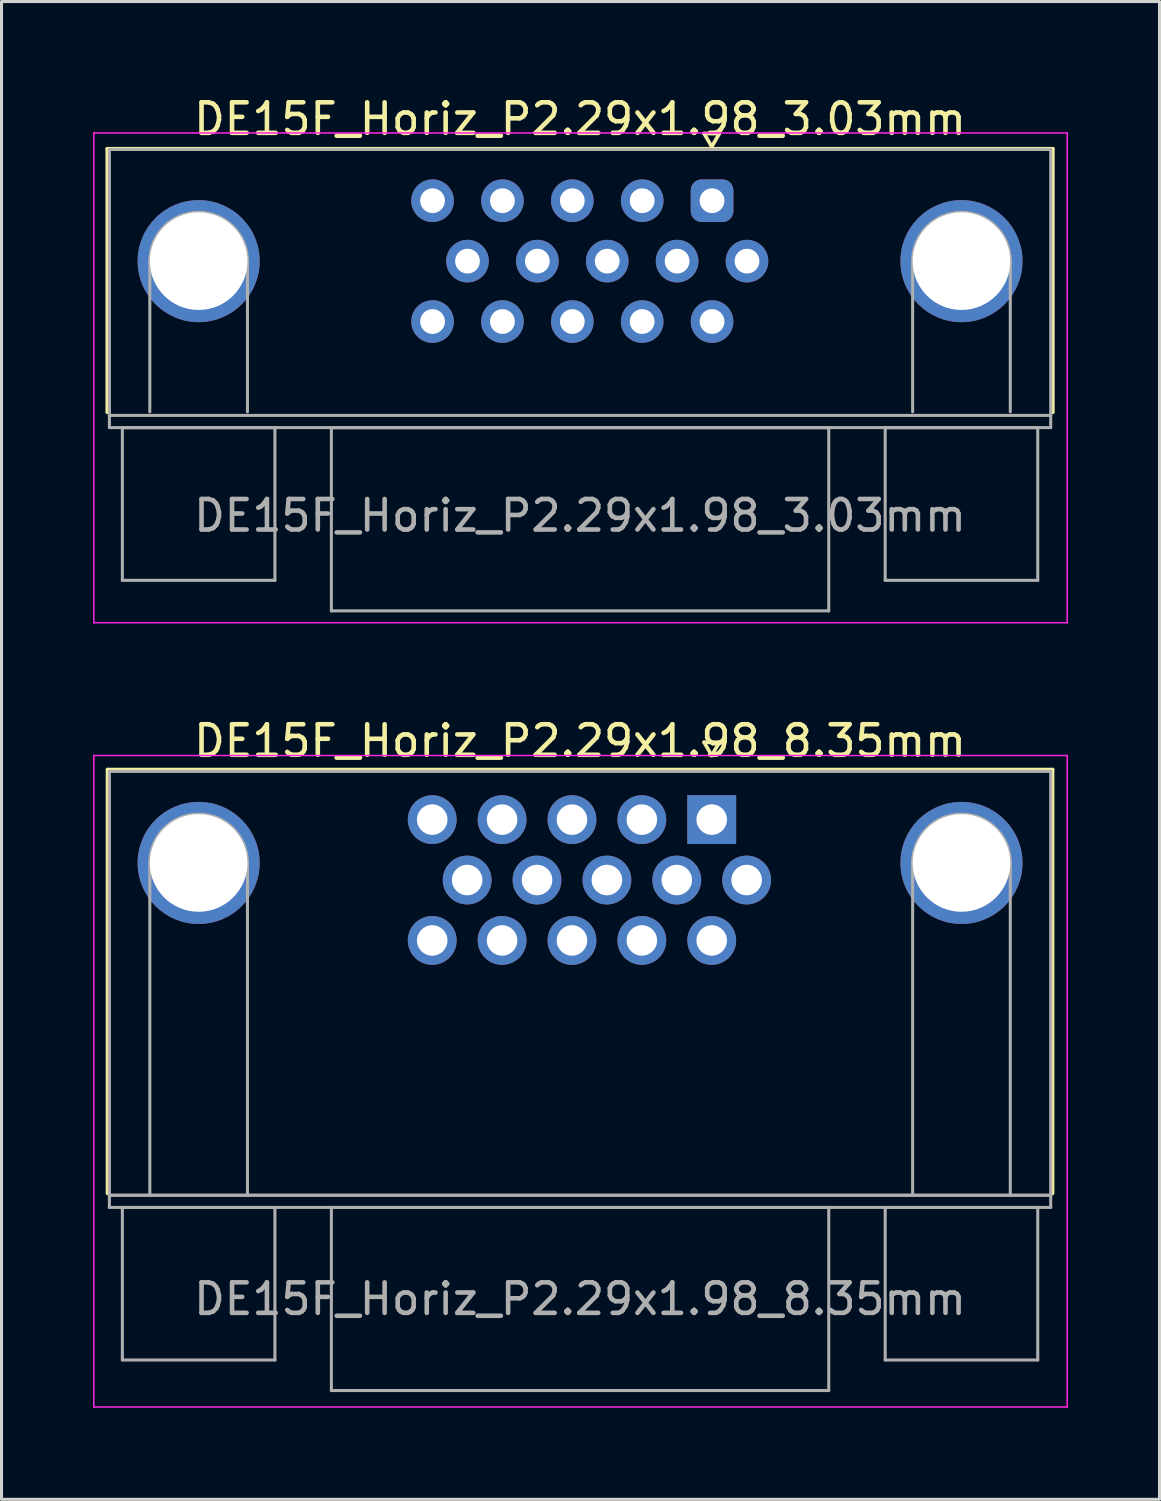
<source format=kicad_pcb>
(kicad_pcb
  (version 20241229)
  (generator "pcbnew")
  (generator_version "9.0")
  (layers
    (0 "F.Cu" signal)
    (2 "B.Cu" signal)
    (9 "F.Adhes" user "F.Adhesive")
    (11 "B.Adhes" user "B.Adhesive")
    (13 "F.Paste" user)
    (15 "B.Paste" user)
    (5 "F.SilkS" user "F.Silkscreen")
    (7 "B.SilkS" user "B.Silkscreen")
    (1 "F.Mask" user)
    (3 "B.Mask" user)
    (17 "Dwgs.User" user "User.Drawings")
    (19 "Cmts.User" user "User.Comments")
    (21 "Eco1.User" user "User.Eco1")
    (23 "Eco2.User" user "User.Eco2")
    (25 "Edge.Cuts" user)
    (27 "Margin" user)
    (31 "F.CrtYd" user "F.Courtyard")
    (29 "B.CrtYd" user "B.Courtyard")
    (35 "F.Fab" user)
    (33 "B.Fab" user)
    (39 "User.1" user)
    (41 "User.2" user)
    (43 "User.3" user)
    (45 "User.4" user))
  (footprint "DE15F_Horiz_P2.29x1.98_3.03mm"
    (layer "F.Cu")
    (at 15.96 5.508)
    (property "Reference" "DE15F_Horiz_P2.29x1.98_3.03mm" (at 0 -4.66 0) (layer "F.SilkS") (effects (font (size 1 1) (thickness 0.15))))
    (attr through_hole)
    (fp_line (start -15.494 -3.683) (end 15.494 -3.683) (stroke (width 0.12) (type solid)) (layer "F.SilkS"))
    (fp_line (start -15.494 4.953) (end -15.494 -3.683) (stroke (width 0.12) (type solid)) (layer "F.SilkS"))
    (fp_line (start 4.065 -4.183) (end 4.565 -4.183) (stroke (width 0.12) (type solid)) (layer "F.SilkS"))
    (fp_line (start 4.315 -3.75) (end 4.065 -4.183) (stroke (width 0.12) (type solid)) (layer "F.SilkS"))
    (fp_line (start 4.565 -4.183) (end 4.315 -3.75) (stroke (width 0.12) (type solid)) (layer "F.SilkS"))
    (fp_line (start 15.494 -3.683) (end 15.494 4.953) (stroke (width 0.12) (type solid)) (layer "F.SilkS"))
    (fp_line (start -15.935 -4.2) (end -15.935 11.85) (stroke (width 0.05) (type solid)) (layer "F.CrtYd"))
    (fp_line (start -15.935 11.85) (end 15.965 11.85) (stroke (width 0.05) (type solid)) (layer "F.CrtYd"))
    (fp_line (start 15.965 -4.2) (end -15.935 -4.2) (stroke (width 0.05) (type solid)) (layer "F.CrtYd"))
    (fp_line (start 15.965 11.85) (end 15.965 -4.2) (stroke (width 0.05) (type solid)) (layer "F.CrtYd"))
    (fp_line (start -15.425 -3.66) (end -15.425 5.055) (stroke (width 0.1) (type solid)) (layer "F.Fab"))
    (fp_line (start -15.425 5.055) (end -15.425 5.455) (stroke (width 0.1) (type solid)) (layer "F.Fab"))
    (fp_line (start -15.425 5.455) (end 15.425 5.455) (stroke (width 0.1) (type solid)) (layer "F.Fab"))
    (fp_line (start -15 5.461) (end -15 10.461) (stroke (width 0.1) (type solid)) (layer "F.Fab"))
    (fp_line (start -15 10.461) (end -10 10.461) (stroke (width 0.1) (type solid)) (layer "F.Fab"))
    (fp_line (start -14.1 4.94) (end -14.1 0) (stroke (width 0.1) (type solid)) (layer "F.Fab"))
    (fp_line (start -10.9 4.94) (end -10.9 0) (stroke (width 0.1) (type solid)) (layer "F.Fab"))
    (fp_line (start -10 5.461) (end -15 5.461) (stroke (width 0.1) (type solid)) (layer "F.Fab"))
    (fp_line (start -10 10.461) (end -10 5.461) (stroke (width 0.1) (type solid)) (layer "F.Fab"))
    (fp_line (start -8.15 5.461) (end -8.15 11.461) (stroke (width 0.1) (type solid)) (layer "F.Fab"))
    (fp_line (start -8.15 11.461) (end 8.15 11.461) (stroke (width 0.1) (type solid)) (layer "F.Fab"))
    (fp_line (start 8.15 5.461) (end -8.15 5.461) (stroke (width 0.1) (type solid)) (layer "F.Fab"))
    (fp_line (start 8.15 11.461) (end 8.15 5.461) (stroke (width 0.1) (type solid)) (layer "F.Fab"))
    (fp_line (start 10 5.461) (end 10 10.461) (stroke (width 0.1) (type solid)) (layer "F.Fab"))
    (fp_line (start 10 10.461) (end 15 10.461) (stroke (width 0.1) (type solid)) (layer "F.Fab"))
    (fp_line (start 10.9 4.94) (end 10.9 0) (stroke (width 0.1) (type solid)) (layer "F.Fab"))
    (fp_line (start 14.1 4.94) (end 14.1 0) (stroke (width 0.1) (type solid)) (layer "F.Fab"))
    (fp_line (start 15 5.461) (end 10 5.461) (stroke (width 0.1) (type solid)) (layer "F.Fab"))
    (fp_line (start 15 10.461) (end 15 5.461) (stroke (width 0.1) (type solid)) (layer "F.Fab"))
    (fp_line (start 15.425 -3.66) (end -15.425 -3.66) (stroke (width 0.1) (type solid)) (layer "F.Fab"))
    (fp_line (start 15.425 5.055) (end -15.425 5.055) (stroke (width 0.1) (type solid)) (layer "F.Fab"))
    (fp_line (start 15.425 5.055) (end 15.425 -3.66) (stroke (width 0.1) (type solid)) (layer "F.Fab"))
    (fp_line (start 15.425 5.455) (end 15.425 5.055) (stroke (width 0.1) (type solid)) (layer "F.Fab"))
    (fp_arc (start -14.1 0) (mid -12.5 -1.6) (end -10.9 0) (stroke (width 0.1) (type solid)) (layer "F.Fab"))
    (fp_arc (start 10.9 0) (mid 12.5 -1.6) (end 14.1 0) (stroke (width 0.1) (type solid)) (layer "F.Fab"))
    (fp_text user "${REFERENCE}" (at 0 8.34 0) (layer "F.Fab") (effects (font (size 1 1) (thickness 0.15))))
    (pad "0" thru_hole circle (at -12.5 0) (size 4 4) (drill 3.2) (layers "*.Cu" "*.Mask"))
    (pad "0" thru_hole circle (at 12.5 0) (size 4 4) (drill 3.2) (layers "*.Cu" "*.Mask"))
    (pad "1" thru_hole roundrect (at 4.326 -1.98) (size 1.397 1.397) (drill 0.813) (layers "*.Cu" "*.Mask") (roundrect_rratio 0.25))
    (pad "2" thru_hole circle (at 2.036 -1.98) (size 1.397 1.397) (drill 0.813) (layers "*.Cu" "*.Mask"))
    (pad "3" thru_hole circle (at -0.254 -1.98) (size 1.397 1.397) (drill 0.813) (layers "*.Cu" "*.Mask"))
    (pad "4" thru_hole circle (at -2.544 -1.98) (size 1.397 1.397) (drill 0.813) (layers "*.Cu" "*.Mask"))
    (pad "5" thru_hole circle (at -4.834 -1.98) (size 1.397 1.397) (drill 0.813) (layers "*.Cu" "*.Mask"))
    (pad "6" thru_hole circle (at 5.471 0) (size 1.397 1.397) (drill 0.813) (layers "*.Cu" "*.Mask"))
    (pad "7" thru_hole circle (at 3.181 0) (size 1.397 1.397) (drill 0.813) (layers "*.Cu" "*.Mask"))
    (pad "8" thru_hole circle (at 0.891 0) (size 1.397 1.397) (drill 0.813) (layers "*.Cu" "*.Mask"))
    (pad "9" thru_hole circle (at -1.399 0) (size 1.397 1.397) (drill 0.813) (layers "*.Cu" "*.Mask"))
    (pad "10" thru_hole circle (at -3.689 0) (size 1.397 1.397) (drill 0.813) (layers "*.Cu" "*.Mask"))
    (pad "11" thru_hole circle (at 4.326 1.98) (size 1.397 1.397) (drill 0.813) (layers "*.Cu" "*.Mask"))
    (pad "12" thru_hole circle (at 2.036 1.98) (size 1.397 1.397) (drill 0.813) (layers "*.Cu" "*.Mask"))
    (pad "13" thru_hole circle (at -0.254 1.98) (size 1.397 1.397) (drill 0.813) (layers "*.Cu" "*.Mask"))
    (pad "14" thru_hole circle (at -2.544 1.98) (size 1.397 1.397) (drill 0.813) (layers "*.Cu" "*.Mask"))
    (pad "15" thru_hole circle (at -4.834 1.98) (size 1.397 1.397) (drill 0.813) (layers "*.Cu" "*.Mask")))
  (footprint "DE15F_Horiz_P2.29x1.98_8.35mm"
    (layer "F.Cu")
    (at 20.275 23.811)
    (property "Reference" "DE15F_Horiz_P2.29x1.98_8.35mm" (at -4.315 -2.58 0) (layer "F.SilkS") (effects (font (size 1 1) (thickness 0.15))))
    (attr through_hole)
    (fp_line (start -19.8 -1.64) (end 11.17 -1.64) (stroke (width 0.12) (type solid)) (layer "F.SilkS"))
    (fp_line (start -19.8 12.25) (end -19.8 -1.64) (stroke (width 0.12) (type solid)) (layer "F.SilkS"))
    (fp_line (start -0.25 -2.534) (end 0.25 -2.534) (stroke (width 0.12) (type solid)) (layer "F.SilkS"))
    (fp_line (start 0 -2.101) (end -0.25 -2.534) (stroke (width 0.12) (type solid)) (layer "F.SilkS"))
    (fp_line (start 0.25 -2.534) (end 0 -2.101) (stroke (width 0.12) (type solid)) (layer "F.SilkS"))
    (fp_line (start 11.17 -1.64) (end 11.17 12.25) (stroke (width 0.12) (type solid)) (layer "F.SilkS"))
    (fp_line (start -20.25 -2.1) (end -20.25 19.25) (stroke (width 0.05) (type solid)) (layer "F.CrtYd"))
    (fp_line (start -20.25 19.25) (end 11.65 19.25) (stroke (width 0.05) (type solid)) (layer "F.CrtYd"))
    (fp_line (start 11.65 -2.1) (end -20.25 -2.1) (stroke (width 0.05) (type solid)) (layer "F.CrtYd"))
    (fp_line (start 11.65 19.25) (end 11.65 -2.1) (stroke (width 0.05) (type solid)) (layer "F.CrtYd"))
    (fp_line (start -19.74 -1.58) (end -19.74 12.31) (stroke (width 0.1) (type solid)) (layer "F.Fab"))
    (fp_line (start -19.74 12.31) (end -19.74 12.71) (stroke (width 0.1) (type solid)) (layer "F.Fab"))
    (fp_line (start -19.74 12.31) (end 11.11 12.31) (stroke (width 0.1) (type solid)) (layer "F.Fab"))
    (fp_line (start -19.74 12.71) (end 11.11 12.71) (stroke (width 0.1) (type solid)) (layer "F.Fab"))
    (fp_line (start -19.315 12.71) (end -19.315 17.71) (stroke (width 0.1) (type solid)) (layer "F.Fab"))
    (fp_line (start -19.315 17.71) (end -14.315 17.71) (stroke (width 0.1) (type solid)) (layer "F.Fab"))
    (fp_line (start -18.415 12.31) (end -18.415 1.42) (stroke (width 0.1) (type solid)) (layer "F.Fab"))
    (fp_line (start -15.215 12.31) (end -15.215 1.42) (stroke (width 0.1) (type solid)) (layer "F.Fab"))
    (fp_line (start -14.315 12.71) (end -19.315 12.71) (stroke (width 0.1) (type solid)) (layer "F.Fab"))
    (fp_line (start -14.315 17.71) (end -14.315 12.71) (stroke (width 0.1) (type solid)) (layer "F.Fab"))
    (fp_line (start -12.465 12.71) (end -12.465 18.71) (stroke (width 0.1) (type solid)) (layer "F.Fab"))
    (fp_line (start -12.465 18.71) (end 3.835 18.71) (stroke (width 0.1) (type solid)) (layer "F.Fab"))
    (fp_line (start 3.835 12.71) (end -12.465 12.71) (stroke (width 0.1) (type solid)) (layer "F.Fab"))
    (fp_line (start 3.835 18.71) (end 3.835 12.71) (stroke (width 0.1) (type solid)) (layer "F.Fab"))
    (fp_line (start 5.685 12.71) (end 5.685 17.71) (stroke (width 0.1) (type solid)) (layer "F.Fab"))
    (fp_line (start 5.685 17.71) (end 10.685 17.71) (stroke (width 0.1) (type solid)) (layer "F.Fab"))
    (fp_line (start 6.585 12.31) (end 6.585 1.42) (stroke (width 0.1) (type solid)) (layer "F.Fab"))
    (fp_line (start 9.785 12.31) (end 9.785 1.42) (stroke (width 0.1) (type solid)) (layer "F.Fab"))
    (fp_line (start 10.685 12.71) (end 5.685 12.71) (stroke (width 0.1) (type solid)) (layer "F.Fab"))
    (fp_line (start 10.685 17.71) (end 10.685 12.71) (stroke (width 0.1) (type solid)) (layer "F.Fab"))
    (fp_line (start 11.11 -1.58) (end -19.74 -1.58) (stroke (width 0.1) (type solid)) (layer "F.Fab"))
    (fp_line (start 11.11 12.31) (end -19.74 12.31) (stroke (width 0.1) (type solid)) (layer "F.Fab"))
    (fp_line (start 11.11 12.31) (end 11.11 -1.58) (stroke (width 0.1) (type solid)) (layer "F.Fab"))
    (fp_line (start 11.11 12.71) (end 11.11 12.31) (stroke (width 0.1) (type solid)) (layer "F.Fab"))
    (fp_arc (start -18.415 1.42) (mid -16.815 -0.18) (end -15.215 1.42) (stroke (width 0.1) (type solid)) (layer "F.Fab"))
    (fp_arc (start 6.585 1.42) (mid 8.185 -0.18) (end 9.785 1.42) (stroke (width 0.1) (type solid)) (layer "F.Fab"))
    (fp_text user "${REFERENCE}" (at -4.315 15.71 0) (layer "F.Fab") (effects (font (size 1 1) (thickness 0.15))))
    (pad "0" thru_hole circle (at -16.815 1.42) (size 4 4) (drill 3.2) (layers "*.Cu" "*.Mask"))
    (pad "0" thru_hole circle (at 8.185 1.42) (size 4 4) (drill 3.2) (layers "*.Cu" "*.Mask"))
    (pad "1" thru_hole rect (at 0 0) (size 1.6 1.6) (drill 1) (layers "*.Cu" "*.Mask"))
    (pad "2" thru_hole circle (at -2.29 0) (size 1.6 1.6) (drill 1) (layers "*.Cu" "*.Mask"))
    (pad "3" thru_hole circle (at -4.58 0) (size 1.6 1.6) (drill 1) (layers "*.Cu" "*.Mask"))
    (pad "4" thru_hole circle (at -6.87 0) (size 1.6 1.6) (drill 1) (layers "*.Cu" "*.Mask"))
    (pad "5" thru_hole circle (at -9.16 0) (size 1.6 1.6) (drill 1) (layers "*.Cu" "*.Mask"))
    (pad "6" thru_hole circle (at 1.145 1.98) (size 1.6 1.6) (drill 1) (layers "*.Cu" "*.Mask"))
    (pad "7" thru_hole circle (at -1.145 1.98) (size 1.6 1.6) (drill 1) (layers "*.Cu" "*.Mask"))
    (pad "8" thru_hole circle (at -3.435 1.98) (size 1.6 1.6) (drill 1) (layers "*.Cu" "*.Mask"))
    (pad "9" thru_hole circle (at -5.725 1.98) (size 1.6 1.6) (drill 1) (layers "*.Cu" "*.Mask"))
    (pad "10" thru_hole circle (at -8.015 1.98) (size 1.6 1.6) (drill 1) (layers "*.Cu" "*.Mask"))
    (pad "11" thru_hole circle (at 0 3.96) (size 1.6 1.6) (drill 1) (layers "*.Cu" "*.Mask"))
    (pad "12" thru_hole circle (at -2.29 3.96) (size 1.6 1.6) (drill 1) (layers "*.Cu" "*.Mask"))
    (pad "13" thru_hole circle (at -4.58 3.96) (size 1.6 1.6) (drill 1) (layers "*.Cu" "*.Mask"))
    (pad "14" thru_hole circle (at -6.87 3.96) (size 1.6 1.6) (drill 1) (layers "*.Cu" "*.Mask"))
    (pad "15" thru_hole circle (at -9.16 3.96) (size 1.6 1.6) (drill 1) (layers "*.Cu" "*.Mask")))
  (gr_rect
    (start -3 -3)
    (end 34.95 46.087)
    (stroke (width 0.1) (type default))
    (fill no)
    (layer "Edge.Cuts")))
</source>
